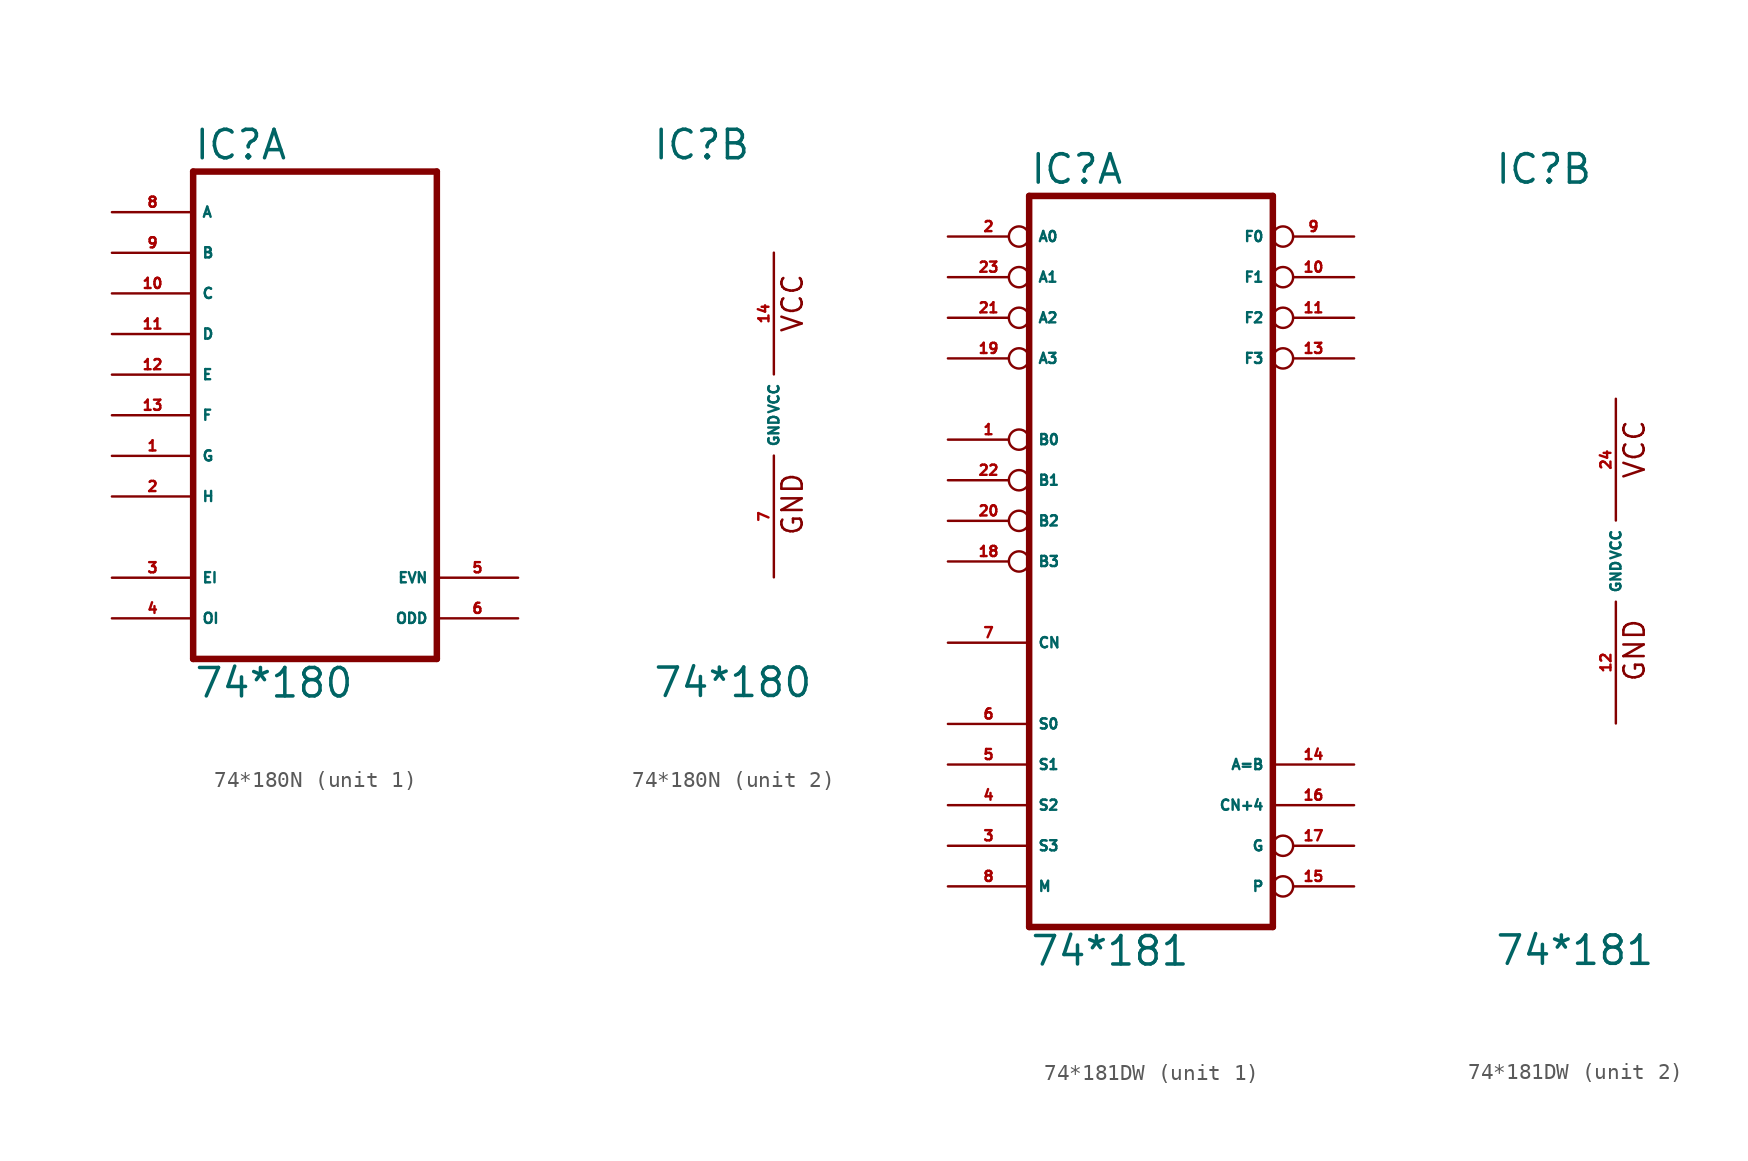
<source format=kicad_sym>
(kicad_symbol_lib
  (version 20220914)
  (generator Eagle2Kicad)
  (symbol "74*180N"
    (property "Reference" "IC"
      (at -7.62 15.875 0)
      (effects (font (size 1.778 1.778) (thickness 0.22)) (justify left bottom)))
    (property "Value" "74*180"
      (at -7.62 -17.78 0)
      (effects (font (size 1.778 1.778) (thickness 0.22)) (justify left bottom)))
    (symbol "74*180N_1_0"
      (polyline (pts (xy -7.62 -15.24) (xy 7.62 -15.24)) (stroke (width 0.406) (type default)) (fill (type none)))
      (polyline (pts (xy 7.62 -15.24) (xy 7.62 15.24)) (stroke (width 0.406) (type default)) (fill (type none)))
      (polyline (pts (xy 7.62 15.24) (xy -7.62 15.24)) (stroke (width 0.406) (type default)) (fill (type none)))
      (polyline (pts (xy -7.62 15.24) (xy -7.62 -15.24)) (stroke (width 0.406) (type default)) (fill (type none)))
      (pin input line (at -12.7 -2.54 0) (length 5.08) (name "G" (effects (font (size 0.635 0.635) (thickness 0.08)) (justify left bottom))) (number "1" (effects (font (size 0.635 0.635) (thickness 0.08)) (justify left bottom))))
      (pin input line (at -12.7 -5.08 0) (length 5.08) (name "H" (effects (font (size 0.635 0.635) (thickness 0.08)) (justify left bottom))) (number "2" (effects (font (size 0.635 0.635) (thickness 0.08)) (justify left bottom))))
      (pin input line (at -12.7 -10.16 0) (length 5.08) (name "EI" (effects (font (size 0.635 0.635) (thickness 0.08)) (justify left bottom))) (number "3" (effects (font (size 0.635 0.635) (thickness 0.08)) (justify left bottom))))
      (pin input line (at -12.7 -12.7 0) (length 5.08) (name "OI" (effects (font (size 0.635 0.635) (thickness 0.08)) (justify left bottom))) (number "4" (effects (font (size 0.635 0.635) (thickness 0.08)) (justify left bottom))))
      (pin output line (at 12.7 -10.16 180) (length 5.08) (name "EVN" (effects (font (size 0.635 0.635) (thickness 0.08)) (justify left bottom))) (number "5" (effects (font (size 0.635 0.635) (thickness 0.08)) (justify left bottom))))
      (pin output line (at 12.7 -12.7 180) (length 5.08) (name "ODD" (effects (font (size 0.635 0.635) (thickness 0.08)) (justify left bottom))) (number "6" (effects (font (size 0.635 0.635) (thickness 0.08)) (justify left bottom))))
      (pin input line (at -12.7 12.7 0) (length 5.08) (name "A" (effects (font (size 0.635 0.635) (thickness 0.08)) (justify left bottom))) (number "8" (effects (font (size 0.635 0.635) (thickness 0.08)) (justify left bottom))))
      (pin input line (at -12.7 10.16 0) (length 5.08) (name "B" (effects (font (size 0.635 0.635) (thickness 0.08)) (justify left bottom))) (number "9" (effects (font (size 0.635 0.635) (thickness 0.08)) (justify left bottom))))
      (pin input line (at -12.7 7.62 0) (length 5.08) (name "C" (effects (font (size 0.635 0.635) (thickness 0.08)) (justify left bottom))) (number "10" (effects (font (size 0.635 0.635) (thickness 0.08)) (justify left bottom))))
      (pin input line (at -12.7 5.08 0) (length 5.08) (name "D" (effects (font (size 0.635 0.635) (thickness 0.08)) (justify left bottom))) (number "11" (effects (font (size 0.635 0.635) (thickness 0.08)) (justify left bottom))))
      (pin input line (at -12.7 2.54 0) (length 5.08) (name "E" (effects (font (size 0.635 0.635) (thickness 0.08)) (justify left bottom))) (number "12" (effects (font (size 0.635 0.635) (thickness 0.08)) (justify left bottom))))
      (pin input line (at -12.7 0 0) (length 5.08) (name "F" (effects (font (size 0.635 0.635) (thickness 0.08)) (justify left bottom))) (number "13" (effects (font (size 0.635 0.635) (thickness 0.08)) (justify left bottom)))))
    (symbol "74*180N_2_0"
      (text "GND" (at 1.905 -7.62 900) (effects (font (size 1.27 1.27) (thickness 0.16)) (justify left bottom)))
      (text "VCC" (at 1.905 5.08 900) (effects (font (size 1.27 1.27) (thickness 0.16)) (justify left bottom)))
      (pin unspecified line (at 0 -10.16 90) (length 7.62) (name "GND" (effects (font (size 0.635 0.635) (thickness 0.08)) (justify left bottom))) (number "7" (effects (font (size 0.635 0.635) (thickness 0.08)) (justify left bottom))))
      (pin unspecified line (at 0 10.16 270) (length 7.62) (name "VCC" (effects (font (size 0.635 0.635) (thickness 0.08)) (justify left bottom))) (number "14" (effects (font (size 0.635 0.635) (thickness 0.08)) (justify left bottom))))))
  (symbol "74*181DW"
    (property "Reference" "IC"
      (at -7.62 23.495 0)
      (effects (font (size 1.778 1.778) (thickness 0.22)) (justify left bottom)))
    (property "Value" "74*181"
      (at -7.62 -25.4 0)
      (effects (font (size 1.778 1.778) (thickness 0.22)) (justify left bottom)))
    (symbol "74*181DW_1_0"
      (polyline (pts (xy -7.62 -22.86) (xy 7.62 -22.86)) (stroke (width 0.406) (type default)) (fill (type none)))
      (polyline (pts (xy 7.62 -22.86) (xy 7.62 22.86)) (stroke (width 0.406) (type default)) (fill (type none)))
      (polyline (pts (xy 7.62 22.86) (xy -7.62 22.86)) (stroke (width 0.406) (type default)) (fill (type none)))
      (polyline (pts (xy -7.62 22.86) (xy -7.62 -22.86)) (stroke (width 0.406) (type default)) (fill (type none)))
      (pin input inverted (at -12.7 7.62 0) (length 5.08) (name "B0" (effects (font (size 0.635 0.635) (thickness 0.08)) (justify left bottom))) (number "1" (effects (font (size 0.635 0.635) (thickness 0.08)) (justify left bottom))))
      (pin input inverted (at -12.7 20.32 0) (length 5.08) (name "A0" (effects (font (size 0.635 0.635) (thickness 0.08)) (justify left bottom))) (number "2" (effects (font (size 0.635 0.635) (thickness 0.08)) (justify left bottom))))
      (pin input line (at -12.7 -17.78 0) (length 5.08) (name "S3" (effects (font (size 0.635 0.635) (thickness 0.08)) (justify left bottom))) (number "3" (effects (font (size 0.635 0.635) (thickness 0.08)) (justify left bottom))))
      (pin input line (at -12.7 -15.24 0) (length 5.08) (name "S2" (effects (font (size 0.635 0.635) (thickness 0.08)) (justify left bottom))) (number "4" (effects (font (size 0.635 0.635) (thickness 0.08)) (justify left bottom))))
      (pin input line (at -12.7 -12.7 0) (length 5.08) (name "S1" (effects (font (size 0.635 0.635) (thickness 0.08)) (justify left bottom))) (number "5" (effects (font (size 0.635 0.635) (thickness 0.08)) (justify left bottom))))
      (pin input line (at -12.7 -10.16 0) (length 5.08) (name "S0" (effects (font (size 0.635 0.635) (thickness 0.08)) (justify left bottom))) (number "6" (effects (font (size 0.635 0.635) (thickness 0.08)) (justify left bottom))))
      (pin input line (at -12.7 -5.08 0) (length 5.08) (name "CN" (effects (font (size 0.635 0.635) (thickness 0.08)) (justify left bottom))) (number "7" (effects (font (size 0.635 0.635) (thickness 0.08)) (justify left bottom))))
      (pin input line (at -12.7 -20.32 0) (length 5.08) (name "M" (effects (font (size 0.635 0.635) (thickness 0.08)) (justify left bottom))) (number "8" (effects (font (size 0.635 0.635) (thickness 0.08)) (justify left bottom))))
      (pin output inverted (at 12.7 20.32 180) (length 5.08) (name "F0" (effects (font (size 0.635 0.635) (thickness 0.08)) (justify left bottom))) (number "9" (effects (font (size 0.635 0.635) (thickness 0.08)) (justify left bottom))))
      (pin output inverted (at 12.7 17.78 180) (length 5.08) (name "F1" (effects (font (size 0.635 0.635) (thickness 0.08)) (justify left bottom))) (number "10" (effects (font (size 0.635 0.635) (thickness 0.08)) (justify left bottom))))
      (pin output inverted (at 12.7 15.24 180) (length 5.08) (name "F2" (effects (font (size 0.635 0.635) (thickness 0.08)) (justify left bottom))) (number "11" (effects (font (size 0.635 0.635) (thickness 0.08)) (justify left bottom))))
      (pin output inverted (at 12.7 12.7 180) (length 5.08) (name "F3" (effects (font (size 0.635 0.635) (thickness 0.08)) (justify left bottom))) (number "13" (effects (font (size 0.635 0.635) (thickness 0.08)) (justify left bottom))))
      (pin output line (at 12.7 -12.7 180) (length 5.08) (name "A=B" (effects (font (size 0.635 0.635) (thickness 0.08)) (justify left bottom))) (number "14" (effects (font (size 0.635 0.635) (thickness 0.08)) (justify left bottom))))
      (pin output inverted (at 12.7 -20.32 180) (length 5.08) (name "P" (effects (font (size 0.635 0.635) (thickness 0.08)) (justify left bottom))) (number "15" (effects (font (size 0.635 0.635) (thickness 0.08)) (justify left bottom))))
      (pin output line (at 12.7 -15.24 180) (length 5.08) (name "CN+4" (effects (font (size 0.635 0.635) (thickness 0.08)) (justify left bottom))) (number "16" (effects (font (size 0.635 0.635) (thickness 0.08)) (justify left bottom))))
      (pin output inverted (at 12.7 -17.78 180) (length 5.08) (name "G" (effects (font (size 0.635 0.635) (thickness 0.08)) (justify left bottom))) (number "17" (effects (font (size 0.635 0.635) (thickness 0.08)) (justify left bottom))))
      (pin input inverted (at -12.7 0 0) (length 5.08) (name "B3" (effects (font (size 0.635 0.635) (thickness 0.08)) (justify left bottom))) (number "18" (effects (font (size 0.635 0.635) (thickness 0.08)) (justify left bottom))))
      (pin input inverted (at -12.7 12.7 0) (length 5.08) (name "A3" (effects (font (size 0.635 0.635) (thickness 0.08)) (justify left bottom))) (number "19" (effects (font (size 0.635 0.635) (thickness 0.08)) (justify left bottom))))
      (pin input inverted (at -12.7 2.54 0) (length 5.08) (name "B2" (effects (font (size 0.635 0.635) (thickness 0.08)) (justify left bottom))) (number "20" (effects (font (size 0.635 0.635) (thickness 0.08)) (justify left bottom))))
      (pin input inverted (at -12.7 15.24 0) (length 5.08) (name "A2" (effects (font (size 0.635 0.635) (thickness 0.08)) (justify left bottom))) (number "21" (effects (font (size 0.635 0.635) (thickness 0.08)) (justify left bottom))))
      (pin input inverted (at -12.7 5.08 0) (length 5.08) (name "B1" (effects (font (size 0.635 0.635) (thickness 0.08)) (justify left bottom))) (number "22" (effects (font (size 0.635 0.635) (thickness 0.08)) (justify left bottom))))
      (pin input inverted (at -12.7 17.78 0) (length 5.08) (name "A1" (effects (font (size 0.635 0.635) (thickness 0.08)) (justify left bottom))) (number "23" (effects (font (size 0.635 0.635) (thickness 0.08)) (justify left bottom)))))
    (symbol "74*181DW_2_0"
      (text "GND" (at 1.905 -7.62 900) (effects (font (size 1.27 1.27) (thickness 0.16)) (justify left bottom)))
      (text "VCC" (at 1.905 5.08 900) (effects (font (size 1.27 1.27) (thickness 0.16)) (justify left bottom)))
      (pin unspecified line (at 0 -10.16 90) (length 7.62) (name "GND" (effects (font (size 0.635 0.635) (thickness 0.08)) (justify left bottom))) (number "12" (effects (font (size 0.635 0.635) (thickness 0.08)) (justify left bottom))))
      (pin unspecified line (at 0 10.16 270) (length 7.62) (name "VCC" (effects (font (size 0.635 0.635) (thickness 0.08)) (justify left bottom))) (number "24" (effects (font (size 0.635 0.635) (thickness 0.08)) (justify left bottom)))))))
</source>
